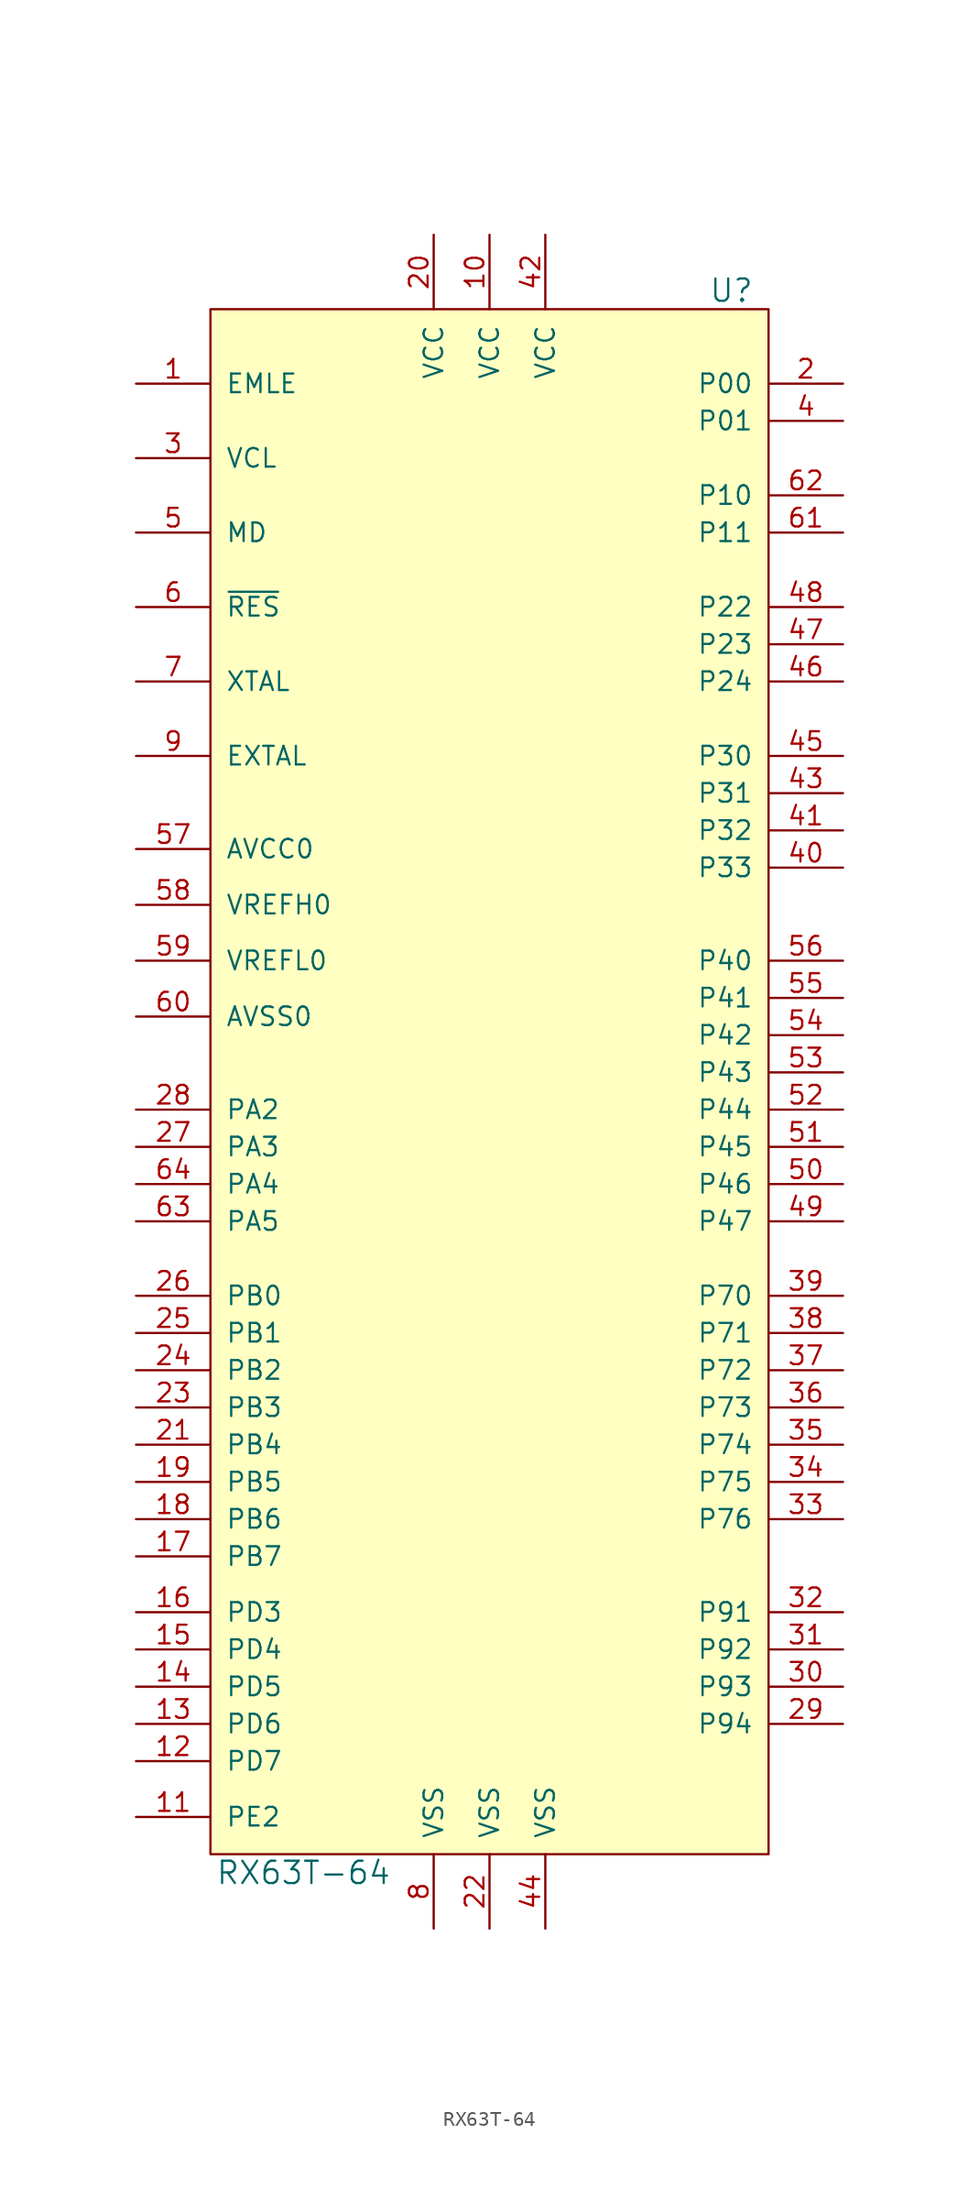
<source format=kicad_sym>
(kicad_symbol_lib
  (version 20211014)
  (generator kicad_symbol_editor)
  (symbol "RX63T-64"
    (pin_names
      (offset 1.016))
    (property "Reference" "U"
      (at 16.51 54.61 0)
      (effects (font (size 1.524 1.524))))
    (property "Value" "RX63T-64"
      (at -12.7 -53.34 0)
      (effects (font (size 1.524 1.524))))
    (property "Footprint" ""
      (at 16.51 54.61 0)
      (effects (font (size 1.524 1.524))))
    (property "Datasheet" ""
      (at 16.51 54.61 0)
      (effects (font (size 1.524 1.524))))
    (symbol "RX63T-64_0_1"
      (rectangle (start -19.05 53.34) (end 19.05 -52.07) (stroke (width 0) (type default) (color 0 0 0 0)) (fill (type background))))
    (symbol "RX63T-64_1_1"
      (pin passive line (at -24.13 48.26 0) (length 5.08) (name "EMLE" (effects (font (size 1.27 1.27)))) (number "1" (effects (font (size 1.27 1.27)))))
      (pin power_in line (at 0 58.42 270) (length 5.08) (name "VCC" (effects (font (size 1.27 1.27)))) (number "10" (effects (font (size 1.27 1.27)))))
      (pin passive line (at -24.13 -49.53 0) (length 5.08) (name "PE2" (effects (font (size 1.27 1.27)))) (number "11" (effects (font (size 1.27 1.27)))))
      (pin passive line (at -24.13 -45.72 0) (length 5.08) (name "PD7" (effects (font (size 1.27 1.27)))) (number "12" (effects (font (size 1.27 1.27)))))
      (pin passive line (at -24.13 -43.18 0) (length 5.08) (name "PD6" (effects (font (size 1.27 1.27)))) (number "13" (effects (font (size 1.27 1.27)))))
      (pin passive line (at -24.13 -40.64 0) (length 5.08) (name "PD5" (effects (font (size 1.27 1.27)))) (number "14" (effects (font (size 1.27 1.27)))))
      (pin passive line (at -24.13 -38.1 0) (length 5.08) (name "PD4" (effects (font (size 1.27 1.27)))) (number "15" (effects (font (size 1.27 1.27)))))
      (pin passive line (at -24.13 -35.56 0) (length 5.08) (name "PD3" (effects (font (size 1.27 1.27)))) (number "16" (effects (font (size 1.27 1.27)))))
      (pin passive line (at -24.13 -31.75 0) (length 5.08) (name "PB7" (effects (font (size 1.27 1.27)))) (number "17" (effects (font (size 1.27 1.27)))))
      (pin passive line (at -24.13 -29.21 0) (length 5.08) (name "PB6" (effects (font (size 1.27 1.27)))) (number "18" (effects (font (size 1.27 1.27)))))
      (pin passive line (at -24.13 -26.67 0) (length 5.08) (name "PB5" (effects (font (size 1.27 1.27)))) (number "19" (effects (font (size 1.27 1.27)))))
      (pin passive line (at 24.13 48.26 180) (length 5.08) (name "P00" (effects (font (size 1.27 1.27)))) (number "2" (effects (font (size 1.27 1.27)))))
      (pin power_in line (at -3.81 58.42 270) (length 5.08) (name "VCC" (effects (font (size 1.27 1.27)))) (number "20" (effects (font (size 1.27 1.27)))))
      (pin passive line (at -24.13 -24.13 0) (length 5.08) (name "PB4" (effects (font (size 1.27 1.27)))) (number "21" (effects (font (size 1.27 1.27)))))
      (pin power_in line (at 0 -57.15 90) (length 5.08) (name "VSS" (effects (font (size 1.27 1.27)))) (number "22" (effects (font (size 1.27 1.27)))))
      (pin passive line (at -24.13 -21.59 0) (length 5.08) (name "PB3" (effects (font (size 1.27 1.27)))) (number "23" (effects (font (size 1.27 1.27)))))
      (pin passive line (at -24.13 -19.05 0) (length 5.08) (name "PB2" (effects (font (size 1.27 1.27)))) (number "24" (effects (font (size 1.27 1.27)))))
      (pin passive line (at -24.13 -16.51 0) (length 5.08) (name "PB1" (effects (font (size 1.27 1.27)))) (number "25" (effects (font (size 1.27 1.27)))))
      (pin passive line (at -24.13 -13.97 0) (length 5.08) (name "PB0" (effects (font (size 1.27 1.27)))) (number "26" (effects (font (size 1.27 1.27)))))
      (pin passive line (at -24.13 -3.81 0) (length 5.08) (name "PA3" (effects (font (size 1.27 1.27)))) (number "27" (effects (font (size 1.27 1.27)))))
      (pin passive line (at -24.13 -1.27 0) (length 5.08) (name "PA2" (effects (font (size 1.27 1.27)))) (number "28" (effects (font (size 1.27 1.27)))))
      (pin passive line (at 24.13 -43.18 180) (length 5.08) (name "P94" (effects (font (size 1.27 1.27)))) (number "29" (effects (font (size 1.27 1.27)))))
      (pin passive line (at -24.13 43.18 0) (length 5.08) (name "VCL" (effects (font (size 1.27 1.27)))) (number "3" (effects (font (size 1.27 1.27)))))
      (pin passive line (at 24.13 -40.64 180) (length 5.08) (name "P93" (effects (font (size 1.27 1.27)))) (number "30" (effects (font (size 1.27 1.27)))))
      (pin passive line (at 24.13 -38.1 180) (length 5.08) (name "P92" (effects (font (size 1.27 1.27)))) (number "31" (effects (font (size 1.27 1.27)))))
      (pin passive line (at 24.13 -35.56 180) (length 5.08) (name "P91" (effects (font (size 1.27 1.27)))) (number "32" (effects (font (size 1.27 1.27)))))
      (pin passive line (at 24.13 -29.21 180) (length 5.08) (name "P76" (effects (font (size 1.27 1.27)))) (number "33" (effects (font (size 1.27 1.27)))))
      (pin passive line (at 24.13 -26.67 180) (length 5.08) (name "P75" (effects (font (size 1.27 1.27)))) (number "34" (effects (font (size 1.27 1.27)))))
      (pin passive line (at 24.13 -24.13 180) (length 5.08) (name "P74" (effects (font (size 1.27 1.27)))) (number "35" (effects (font (size 1.27 1.27)))))
      (pin passive line (at 24.13 -21.59 180) (length 5.08) (name "P73" (effects (font (size 1.27 1.27)))) (number "36" (effects (font (size 1.27 1.27)))))
      (pin passive line (at 24.13 -19.05 180) (length 5.08) (name "P72" (effects (font (size 1.27 1.27)))) (number "37" (effects (font (size 1.27 1.27)))))
      (pin passive line (at 24.13 -16.51 180) (length 5.08) (name "P71" (effects (font (size 1.27 1.27)))) (number "38" (effects (font (size 1.27 1.27)))))
      (pin passive line (at 24.13 -13.97 180) (length 5.08) (name "P70" (effects (font (size 1.27 1.27)))) (number "39" (effects (font (size 1.27 1.27)))))
      (pin passive line (at 24.13 45.72 180) (length 5.08) (name "P01" (effects (font (size 1.27 1.27)))) (number "4" (effects (font (size 1.27 1.27)))))
      (pin passive line (at 24.13 15.24 180) (length 5.08) (name "P33" (effects (font (size 1.27 1.27)))) (number "40" (effects (font (size 1.27 1.27)))))
      (pin passive line (at 24.13 17.78 180) (length 5.08) (name "P32" (effects (font (size 1.27 1.27)))) (number "41" (effects (font (size 1.27 1.27)))))
      (pin input line (at 3.81 58.42 270) (length 5.08) (name "VCC" (effects (font (size 1.27 1.27)))) (number "42" (effects (font (size 1.27 1.27)))))
      (pin passive line (at 24.13 20.32 180) (length 5.08) (name "P31" (effects (font (size 1.27 1.27)))) (number "43" (effects (font (size 1.27 1.27)))))
      (pin input line (at 3.81 -57.15 90) (length 5.08) (name "VSS" (effects (font (size 1.27 1.27)))) (number "44" (effects (font (size 1.27 1.27)))))
      (pin passive line (at 24.13 22.86 180) (length 5.08) (name "P30" (effects (font (size 1.27 1.27)))) (number "45" (effects (font (size 1.27 1.27)))))
      (pin passive line (at 24.13 27.94 180) (length 5.08) (name "P24" (effects (font (size 1.27 1.27)))) (number "46" (effects (font (size 1.27 1.27)))))
      (pin passive line (at 24.13 30.48 180) (length 5.08) (name "P23" (effects (font (size 1.27 1.27)))) (number "47" (effects (font (size 1.27 1.27)))))
      (pin passive line (at 24.13 33.02 180) (length 5.08) (name "P22" (effects (font (size 1.27 1.27)))) (number "48" (effects (font (size 1.27 1.27)))))
      (pin input line (at 24.13 -8.89 180) (length 5.08) (name "P47" (effects (font (size 1.27 1.27)))) (number "49" (effects (font (size 1.27 1.27)))))
      (pin passive line (at -24.13 38.1 0) (length 5.08) (name "MD" (effects (font (size 1.27 1.27)))) (number "5" (effects (font (size 1.27 1.27)))))
      (pin input line (at 24.13 -6.35 180) (length 5.08) (name "P46" (effects (font (size 1.27 1.27)))) (number "50" (effects (font (size 1.27 1.27)))))
      (pin input line (at 24.13 -3.81 180) (length 5.08) (name "P45" (effects (font (size 1.27 1.27)))) (number "51" (effects (font (size 1.27 1.27)))))
      (pin input line (at 24.13 -1.27 180) (length 5.08) (name "P44" (effects (font (size 1.27 1.27)))) (number "52" (effects (font (size 1.27 1.27)))))
      (pin input line (at 24.13 1.27 180) (length 5.08) (name "P43" (effects (font (size 1.27 1.27)))) (number "53" (effects (font (size 1.27 1.27)))))
      (pin input line (at 24.13 3.81 180) (length 5.08) (name "P42" (effects (font (size 1.27 1.27)))) (number "54" (effects (font (size 1.27 1.27)))))
      (pin input line (at 24.13 6.35 180) (length 5.08) (name "P41" (effects (font (size 1.27 1.27)))) (number "55" (effects (font (size 1.27 1.27)))))
      (pin input line (at 24.13 8.89 180) (length 5.08) (name "P40" (effects (font (size 1.27 1.27)))) (number "56" (effects (font (size 1.27 1.27)))))
      (pin input line (at -24.13 16.51 0) (length 5.08) (name "AVCC0" (effects (font (size 1.27 1.27)))) (number "57" (effects (font (size 1.27 1.27)))))
      (pin input line (at -24.13 12.7 0) (length 5.08) (name "VREFH0" (effects (font (size 1.27 1.27)))) (number "58" (effects (font (size 1.27 1.27)))))
      (pin input line (at -24.13 8.89 0) (length 5.08) (name "VREFL0" (effects (font (size 1.27 1.27)))) (number "59" (effects (font (size 1.27 1.27)))))
      (pin passive line (at -24.13 33.02 0) (length 5.08) (name "~{RES}" (effects (font (size 1.27 1.27)))) (number "6" (effects (font (size 1.27 1.27)))))
      (pin input line (at -24.13 5.08 0) (length 5.08) (name "AVSS0" (effects (font (size 1.27 1.27)))) (number "60" (effects (font (size 1.27 1.27)))))
      (pin passive line (at 24.13 38.1 180) (length 5.08) (name "P11" (effects (font (size 1.27 1.27)))) (number "61" (effects (font (size 1.27 1.27)))))
      (pin passive line (at 24.13 40.64 180) (length 5.08) (name "P10" (effects (font (size 1.27 1.27)))) (number "62" (effects (font (size 1.27 1.27)))))
      (pin passive line (at -24.13 -8.89 0) (length 5.08) (name "PA5" (effects (font (size 1.27 1.27)))) (number "63" (effects (font (size 1.27 1.27)))))
      (pin passive line (at -24.13 -6.35 0) (length 5.08) (name "PA4" (effects (font (size 1.27 1.27)))) (number "64" (effects (font (size 1.27 1.27)))))
      (pin passive line (at -24.13 27.94 0) (length 5.08) (name "XTAL" (effects (font (size 1.27 1.27)))) (number "7" (effects (font (size 1.27 1.27)))))
      (pin power_in line (at -3.81 -57.15 90) (length 5.08) (name "VSS" (effects (font (size 1.27 1.27)))) (number "8" (effects (font (size 1.27 1.27)))))
      (pin passive line (at -24.13 22.86 0) (length 5.08) (name "EXTAL" (effects (font (size 1.27 1.27)))) (number "9" (effects (font (size 1.27 1.27))))))))
</source>
